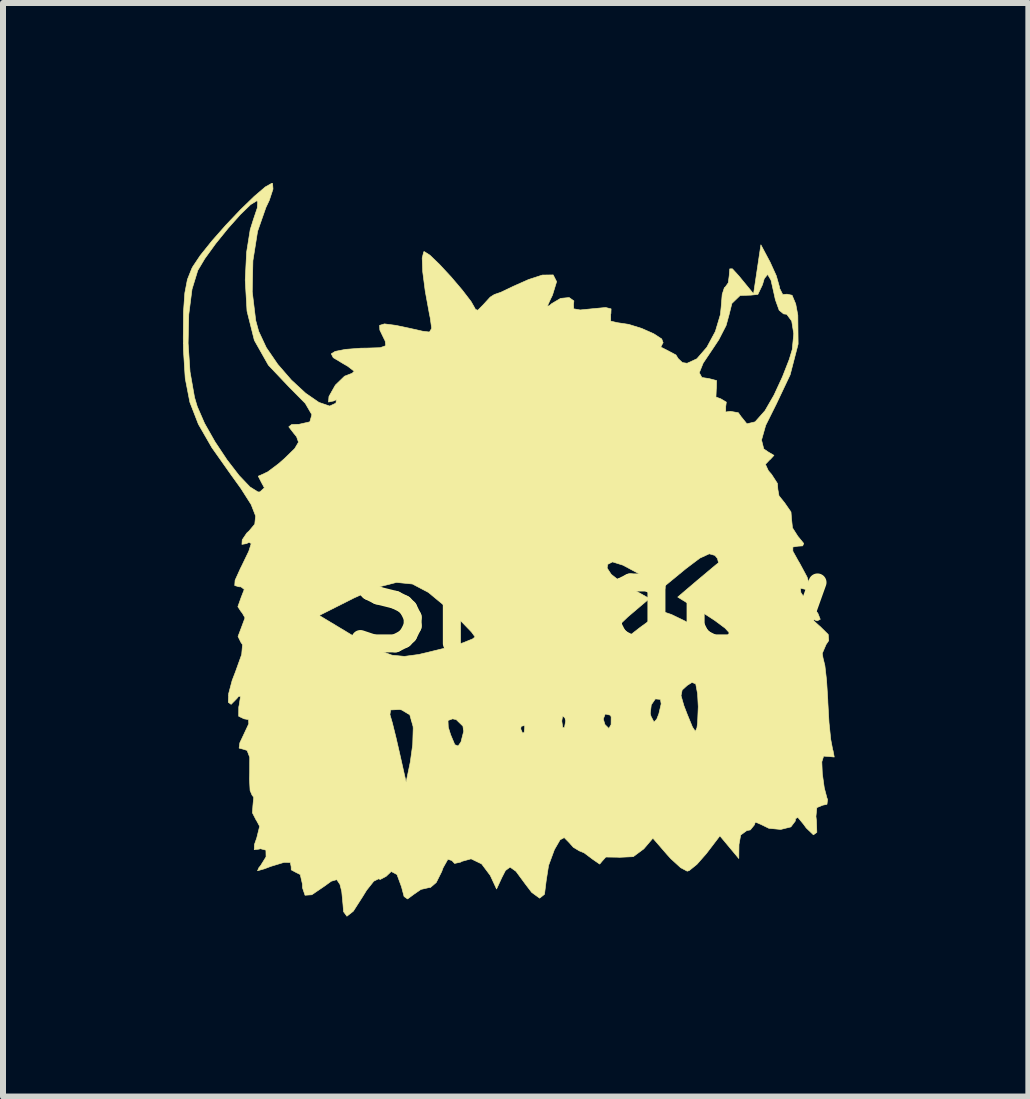
<source format=kicad_pcb>
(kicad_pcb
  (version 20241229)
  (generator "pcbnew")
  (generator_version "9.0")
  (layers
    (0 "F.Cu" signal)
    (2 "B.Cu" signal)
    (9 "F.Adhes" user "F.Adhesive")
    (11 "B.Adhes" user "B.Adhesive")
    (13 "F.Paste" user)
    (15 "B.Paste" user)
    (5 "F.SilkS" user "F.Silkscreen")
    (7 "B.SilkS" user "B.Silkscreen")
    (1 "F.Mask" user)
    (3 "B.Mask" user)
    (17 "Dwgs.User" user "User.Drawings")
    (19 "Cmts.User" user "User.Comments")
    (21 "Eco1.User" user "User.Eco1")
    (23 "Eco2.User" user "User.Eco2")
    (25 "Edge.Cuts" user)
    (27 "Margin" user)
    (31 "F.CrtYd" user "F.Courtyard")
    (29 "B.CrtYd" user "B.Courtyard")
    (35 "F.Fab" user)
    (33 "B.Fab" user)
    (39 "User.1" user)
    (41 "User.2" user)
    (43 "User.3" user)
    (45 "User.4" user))
  (footprint "Snaggy"
    (layer "F.Cu")
    (at 6.732 6.986)
    (property "Reference" "Snaggy" (at 0 0 0) (layer "F.SilkS") (effects (font (size 1.524 1.524) (thickness 0.3))))
    (attr through_hole)
    (fp_poly (pts (xy -5.238 -6.978) (xy -5.231 -6.884) (xy -5.293 -6.696) (xy -5.349 -6.578) (xy -5.488 -6.18) (xy -5.566 -5.69) (xy -5.577 -5.172) (xy -5.519 -4.694) (xy -5.47 -4.514) (xy -5.343 -4.242) (xy -5.152 -3.963) (xy -4.925 -3.701) (xy -4.687 -3.481) (xy -4.465 -3.328) (xy -4.287 -3.267) (xy -4.183 -3.315) (xy -4.173 -3.373) (xy -4.22 -3.352) (xy -4.306 -3.334) (xy -4.298 -3.427) (xy -4.198 -3.605) (xy -4.186 -3.622) (xy -4.038 -3.765) (xy -3.911 -3.814) (xy -3.903 -3.822) (xy 1.875 -3.822) (xy 1.919 -3.743) (xy 2.038 -3.725) (xy 2.164 -3.692) (xy 2.161 -3.563) (xy 2.159 -3.556) (xy 2.153 -3.418) (xy 2.235 -3.387) (xy 2.326 -3.333) (xy 2.316 -3.259) (xy 2.316 -3.168) (xy 2.393 -3.179) (xy 2.526 -3.156) (xy 2.569 -3.095) (xy 2.669 -2.971) (xy 2.806 -3.004) (xy 2.971 -3.19) (xy 3.121 -3.45) (xy 3.262 -3.755) (xy 3.375 -4.044) (xy 3.425 -4.21) (xy 3.45 -4.473) (xy 3.416 -4.684) (xy 3.333 -4.797) (xy 3.281 -4.803) (xy 3.207 -4.864) (xy 3.143 -5.041) (xy 3.13 -5.102) (xy 3.071 -5.365) (xy 3.015 -5.461) (xy 2.959 -5.392) (xy 2.928 -5.288) (xy 2.852 -5.128) (xy 2.737 -5.116) (xy 2.556 -5.11) (xy 2.419 -4.978) (xy 2.371 -4.786) (xy 2.322 -4.609) (xy 2.2 -4.372) (xy 2.117 -4.247) (xy 1.94 -3.983) (xy 1.875 -3.822) (xy -3.903 -3.822) (xy -3.877 -3.847) (xy -3.986 -3.931) (xy -4.054 -3.97) (xy -4.227 -4.074) (xy -4.26 -4.138) (xy -4.195 -4.178) (xy -4.023 -4.212) (xy -3.766 -4.232) (xy -3.673 -4.233) (xy -3.445 -4.24) (xy -3.352 -4.273) (xy -3.361 -4.351) (xy -3.384 -4.397) (xy -3.45 -4.534) (xy -3.454 -4.612) (xy -3.373 -4.637) (xy -3.181 -4.612) (xy -2.855 -4.542) (xy -2.738 -4.515) (xy -2.623 -4.501) (xy -2.586 -4.562) (xy -2.61 -4.736) (xy -2.623 -4.798) (xy -2.693 -5.181) (xy -2.735 -5.505) (xy -2.744 -5.735) (xy -2.718 -5.839) (xy -2.709 -5.842) (xy -2.615 -5.782) (xy -2.455 -5.628) (xy -2.263 -5.421) (xy -2.076 -5.201) (xy -1.93 -5.011) (xy -1.861 -4.89) (xy -1.86 -4.88) (xy -1.817 -4.864) (xy -1.729 -4.953) (xy -1.61 -5.083) (xy -1.542 -5.126) (xy -1.432 -5.164) (xy -1.246 -5.253) (xy -1.228 -5.262) (xy -0.971 -5.376) (xy -0.741 -5.451) (xy -0.56 -5.453) (xy -0.503 -5.341) (xy -0.572 -5.116) (xy -0.603 -5.053) (xy -0.658 -4.932) (xy -0.624 -4.94) (xy -0.586 -4.974) (xy -0.437 -5.062) (xy -0.294 -5.076) (xy -0.215 -5.02) (xy -0.221 -4.96) (xy -0.218 -4.888) (xy -0.11 -4.869) (xy 0.092 -4.889) (xy 0.314 -4.91) (xy 0.405 -4.887) (xy 0.402 -4.809) (xy 0.398 -4.797) (xy 0.399 -4.683) (xy 0.509 -4.657) (xy 0.698 -4.629) (xy 0.916 -4.561) (xy 1.115 -4.473) (xy 1.249 -4.386) (xy 1.273 -4.321) (xy 1.266 -4.315) (xy 1.234 -4.25) (xy 1.343 -4.195) (xy 1.486 -4.119) (xy 1.524 -4.058) (xy 1.594 -3.992) (xy 1.672 -3.98) (xy 1.835 -4.055) (xy 2.002 -4.248) (xy 2.143 -4.51) (xy 2.227 -4.791) (xy 2.24 -4.92) (xy 2.257 -5.128) (xy 2.294 -5.242) (xy 2.307 -5.249) (xy 2.358 -5.321) (xy 2.374 -5.44) (xy 2.383 -5.554) (xy 2.427 -5.555) (xy 2.537 -5.434) (xy 2.578 -5.384) (xy 2.78 -5.138) (xy 2.841 -5.546) (xy 2.902 -5.955) (xy 3.056 -5.666) (xy 3.159 -5.439) (xy 3.212 -5.253) (xy 3.214 -5.231) (xy 3.266 -5.126) (xy 3.338 -5.132) (xy 3.422 -5.114) (xy 3.483 -4.969) (xy 3.518 -4.782) (xy 3.523 -4.3) (xy 3.39 -3.788) (xy 3.16 -3.302) (xy 2.982 -2.945) (xy 2.913 -2.701) (xy 2.95 -2.553) (xy 3.024 -2.502) (xy 3.12 -2.445) (xy 3.059 -2.378) (xy 3.049 -2.371) (xy 2.978 -2.296) (xy 3.026 -2.191) (xy 3.081 -2.127) (xy 3.178 -1.977) (xy 3.185 -1.879) (xy 3.204 -1.771) (xy 3.298 -1.654) (xy 3.404 -1.501) (xy 3.413 -1.386) (xy 3.429 -1.237) (xy 3.517 -1.098) (xy 3.616 -0.977) (xy 3.599 -0.936) (xy 3.52 -0.931) (xy 3.435 -0.917) (xy 3.435 -0.848) (xy 3.526 -0.684) (xy 3.549 -0.646) (xy 3.672 -0.417) (xy 3.722 -0.256) (xy 3.694 -0.192) (xy 3.641 -0.212) (xy 3.561 -0.231) (xy 3.569 -0.157) (xy 3.652 -0.033) (xy 3.725 0.042) (xy 3.851 0.185) (xy 3.892 0.288) (xy 3.84 0.314) (xy 3.789 0.294) (xy 3.771 0.301) (xy 3.866 0.388) (xy 3.89 0.408) (xy 4.025 0.541) (xy 4.033 0.643) (xy 3.989 0.708) (xy 3.925 0.857) (xy 3.938 0.933) (xy 3.969 1.059) (xy 3.997 1.304) (xy 4.017 1.621) (xy 4.019 1.678) (xy 4.038 2.011) (xy 4.067 2.292) (xy 4.1 2.465) (xy 4.105 2.477) (xy 4.125 2.584) (xy 4.033 2.575) (xy 3.948 2.569) (xy 3.918 2.664) (xy 3.926 2.859) (xy 3.959 3.098) (xy 4.004 3.269) (xy 4.014 3.29) (xy 4.004 3.372) (xy 3.932 3.387) (xy 3.835 3.427) (xy 3.82 3.574) (xy 3.828 3.641) (xy 3.835 3.839) (xy 3.778 3.881) (xy 3.658 3.766) (xy 3.613 3.704) (xy 3.517 3.588) (xy 3.479 3.614) (xy 3.476 3.651) (xy 3.402 3.749) (xy 3.233 3.791) (xy 3.035 3.772) (xy 2.9 3.706) (xy 2.809 3.668) (xy 2.794 3.715) (xy 2.726 3.799) (xy 2.667 3.81) (xy 2.565 3.885) (xy 2.537 4.043) (xy 2.534 4.276) (xy 2.219 3.898) (xy 1.994 4.193) (xy 1.836 4.373) (xy 1.707 4.477) (xy 1.674 4.487) (xy 1.564 4.428) (xy 1.402 4.28) (xy 1.34 4.212) (xy 1.102 3.937) (xy 0.95 4.115) (xy 0.775 4.245) (xy 0.537 4.256) (xy 0.525 4.254) (xy 0.318 4.251) (xy 0.254 4.322) (xy 0.215 4.369) (xy 0.099 4.289) (xy -0.045 4.181) (xy -0.124 4.149) (xy -0.225 4.088) (xy -0.298 4.006) (xy -0.376 3.927) (xy -0.445 3.964) (xy -0.54 4.128) (xy -0.637 4.391) (xy -0.677 4.647) (xy -0.705 4.872) (xy -0.786 4.937) (xy -0.918 4.841) (xy -1.027 4.698) (xy -1.18 4.49) (xy -1.279 4.419) (xy -1.356 4.476) (xy -1.416 4.593) (xy -1.504 4.784) (xy -1.609 4.558) (xy -1.753 4.366) (xy -1.929 4.281) (xy -2.089 4.325) (xy -2.1 4.335) (xy -2.204 4.358) (xy -2.249 4.309) (xy -2.316 4.289) (xy -2.396 4.431) (xy -2.418 4.492) (xy -2.51 4.676) (xy -2.607 4.759) (xy -2.625 4.759) (xy -2.765 4.791) (xy -2.881 4.871) (xy -2.988 4.95) (xy -3.046 4.909) (xy -3.089 4.747) (xy -3.164 4.543) (xy -3.26 4.492) (xy -3.345 4.573) (xy -3.443 4.625) (xy -3.471 4.614) (xy -3.551 4.654) (xy -3.671 4.805) (xy -3.735 4.909) (xy -3.892 5.154) (xy -3.999 5.238) (xy -4.055 5.162) (xy -4.064 5.045) (xy -4.085 4.826) (xy -4.115 4.707) (xy -4.168 4.628) (xy -4.259 4.654) (xy -4.381 4.742) (xy -4.584 4.88) (xy -4.697 4.888) (xy -4.739 4.764) (xy -4.741 4.699) (xy -4.777 4.543) (xy -4.847 4.508) (xy -4.927 4.465) (xy -4.928 4.413) (xy -4.942 4.342) (xy -5.047 4.34) (xy -5.268 4.407) (xy -5.376 4.448) (xy -5.489 4.48) (xy -5.465 4.426) (xy -5.44 4.398) (xy -5.347 4.248) (xy -5.349 4.136) (xy -5.442 4.112) (xy -5.463 4.119) (xy -5.544 4.129) (xy -5.54 4.041) (xy -5.502 3.933) (xy -5.454 3.739) (xy -5.508 3.638) (xy -5.512 3.635) (xy -5.574 3.514) (xy -5.566 3.395) (xy -5.553 3.255) (xy -5.581 3.217) (xy -5.613 3.142) (xy -5.623 2.951) (xy -5.62 2.836) (xy -5.619 2.589) (xy -5.663 2.474) (xy -5.722 2.455) (xy -5.796 2.435) (xy -5.784 2.347) (xy -5.715 2.201) (xy -5.635 2.03) (xy -5.639 1.96) (xy -5.714 1.947) (xy -5.803 1.904) (xy -5.803 1.876) (xy -3.282 1.876) (xy -3.241 2.016) (xy -3.18 2.262) (xy -3.126 2.496) (xy -3.012 3.002) (xy -2.942 2.665) (xy -2.902 2.375) (xy -2.894 2.106) (xy -2.896 2.074) (xy -2.924 1.975) (xy -2.314 1.975) (xy -2.309 2.086) (xy -2.27 2.212) (xy -2.2 2.378) (xy -2.145 2.4) (xy -2.098 2.334) (xy -2.052 2.154) (xy -2.058 2.117) (xy -1.101 2.117) (xy -1.07 2.186) (xy -1.044 2.173) (xy -1.034 2.073) (xy -1.044 2.06) (xy -1.095 2.072) (xy -1.101 2.117) (xy -2.058 2.117) (xy -2.065 2.069) (xy -2.153 1.983) (xy -0.417 1.983) (xy -0.401 2.092) (xy -0.372 2.094) (xy -0.352 1.98) (xy -0.36 1.95) (xy 0.275 1.95) (xy 0.303 2.043) (xy 0.368 2.107) (xy 0.405 2.044) (xy 0.406 1.912) (xy 0.39 1.886) (xy 0.308 1.866) (xy 0.275 1.95) (xy -0.36 1.95) (xy -0.365 1.931) (xy -0.403 1.899) (xy -0.417 1.983) (xy -2.153 1.983) (xy -2.177 1.96) (xy -2.237 1.947) (xy -2.314 1.975) (xy -2.924 1.975) (xy -2.951 1.879) (xy -2.989 1.857) (xy 1.058 1.857) (xy 1.07 1.904) (xy 1.12 2.001) (xy 1.166 1.953) (xy 1.201 1.864) (xy 1.24 1.698) (xy 1.228 1.623) (xy 1.143 1.615) (xy 1.075 1.714) (xy 1.058 1.857) (xy -2.989 1.857) (xy -3.089 1.798) (xy -3.123 1.792) (xy -3.27 1.799) (xy -3.282 1.876) (xy -5.803 1.876) (xy -5.802 1.751) (xy -5.794 1.714) (xy -5.772 1.57) (xy -5.806 1.574) (xy -5.831 1.606) (xy -5.929 1.706) (xy -5.976 1.671) (xy -5.972 1.561) (xy 1.571 1.561) (xy 1.619 1.728) (xy 1.674 1.871) (xy 1.762 2.085) (xy 1.81 2.156) (xy 1.836 2.097) (xy 1.847 2.012) (xy 1.858 1.745) (xy 1.847 1.531) (xy 1.816 1.365) (xy 1.754 1.34) (xy 1.674 1.39) (xy 1.59 1.467) (xy 1.571 1.561) (xy -5.972 1.561) (xy -5.971 1.529) (xy -5.912 1.307) (xy -5.858 1.167) (xy -5.753 0.874) (xy -5.739 0.71) (xy -5.766 0.672) (xy -5.814 0.574) (xy -5.757 0.423) (xy -5.698 0.264) (xy -5.72 0.224) (xy -4.46 0.224) (xy -4.119 0.429) (xy -3.742 0.656) (xy -3.466 0.805) (xy -3.247 0.886) (xy -3.04 0.906) (xy -2.8 0.874) (xy -2.481 0.797) (xy -2.307 0.752) (xy -2.061 0.679) (xy -1.9 0.613) (xy -1.863 0.581) (xy -1.921 0.501) (xy -2.075 0.341) (xy -2.293 0.132) (xy -2.335 0.093) (xy -2.642 -0.161) (xy -2.906 -0.3) (xy -3.172 -0.327) (xy -3.484 -0.247) (xy -3.887 -0.065) (xy -3.902 -0.057) (xy -4.46 0.224) (xy -5.72 0.224) (xy -5.748 0.175) (xy -5.757 0.169) (xy -5.817 0.078) (xy -5.763 -0.074) (xy -5.71 -0.21) (xy -5.765 -0.253) (xy -5.798 -0.254) (xy -5.869 -0.275) (xy -5.863 -0.363) (xy -5.776 -0.555) (xy -5.771 -0.566) (xy 0.339 -0.566) (xy 0.407 -0.462) (xy 0.58 -0.325) (xy 0.691 -0.256) (xy 1.044 -0.058) (xy 0.685 0.247) (xy 0.5 0.424) (xy 0.396 0.561) (xy 0.389 0.615) (xy 0.47 0.667) (xy 0.574 0.647) (xy 0.74 0.539) (xy 0.889 0.423) (xy 1.094 0.274) (xy 1.252 0.183) (xy 1.296 0.169) (xy 1.412 0.208) (xy 1.623 0.31) (xy 1.825 0.419) (xy 2.115 0.566) (xy 2.289 0.611) (xy 2.364 0.557) (xy 2.371 0.507) (xy 2.305 0.435) (xy 2.133 0.307) (xy 1.943 0.183) (xy 1.516 -0.083) (xy 1.837 -0.356) (xy 2.03 -0.518) (xy 2.163 -0.629) (xy 2.196 -0.654) (xy 2.179 -0.725) (xy 2.136 -0.777) (xy 2.041 -0.804) (xy 1.885 -0.732) (xy 1.653 -0.557) (xy 1.267 -0.24) (xy 0.893 -0.459) (xy 0.604 -0.614) (xy 0.429 -0.669) (xy 0.349 -0.628) (xy 0.339 -0.566) (xy -5.771 -0.566) (xy -5.759 -0.589) (xy -5.635 -0.846) (xy -5.594 -0.975) (xy -5.631 -0.995) (xy -5.673 -0.974) (xy -5.749 -0.961) (xy -5.744 -1.037) (xy -5.668 -1.15) (xy -5.63 -1.185) (xy -5.535 -1.298) (xy -5.521 -1.435) (xy -5.595 -1.625) (xy -5.767 -1.895) (xy -5.927 -2.117) (xy -6.251 -2.576) (xy -6.475 -2.965) (xy -6.617 -3.331) (xy -6.694 -3.727) (xy -6.724 -4.202) (xy -6.726 -4.316) (xy -6.646 -4.316) (xy -6.614 -3.837) (xy -6.539 -3.411) (xy -6.494 -3.26) (xy -6.372 -2.979) (xy -6.198 -2.672) (xy -5.998 -2.371) (xy -5.796 -2.109) (xy -5.615 -1.919) (xy -5.481 -1.835) (xy -5.449 -1.836) (xy -5.375 -1.904) (xy -5.427 -2) (xy -5.477 -2.098) (xy -5.432 -2.117) (xy -5.319 -2.17) (xy -5.139 -2.305) (xy -5.044 -2.388) (xy -4.869 -2.558) (xy -4.806 -2.665) (xy -4.838 -2.756) (xy -4.884 -2.812) (xy -4.968 -2.921) (xy -4.92 -2.959) (xy -4.797 -2.963) (xy -4.617 -3.004) (xy -4.583 -3.123) (xy -4.693 -3.312) (xy -4.944 -3.566) (xy -4.946 -3.567) (xy -5.308 -3.949) (xy -5.542 -4.363) (xy -5.664 -4.849) (xy -5.694 -5.367) (xy -5.671 -5.831) (xy -5.611 -6.208) (xy -5.559 -6.373) (xy -5.493 -6.569) (xy -5.486 -6.679) (xy -5.5 -6.689) (xy -5.605 -6.625) (xy -5.775 -6.46) (xy -5.98 -6.23) (xy -6.188 -5.973) (xy -6.368 -5.724) (xy -6.485 -5.528) (xy -6.581 -5.215) (xy -6.635 -4.793) (xy -6.646 -4.316) (xy -6.726 -4.316) (xy -6.727 -4.403) (xy -6.723 -4.841) (xy -6.701 -5.152) (xy -6.658 -5.376) (xy -6.586 -5.557) (xy -6.57 -5.588) (xy -6.443 -5.778) (xy -6.248 -6.021) (xy -6.015 -6.285) (xy -5.77 -6.543) (xy -5.542 -6.764) (xy -5.359 -6.92) (xy -5.25 -6.981) (xy -5.238 -6.978)) (stroke (width 0.01) (type solid)) (fill yes) (layer "F.SilkS")))
  (gr_rect
    (start -3 -3)
    (end 14.093 15.229)
    (stroke (width 0.1) (type default))
    (fill no)
    (layer "Edge.Cuts")))
</source>
